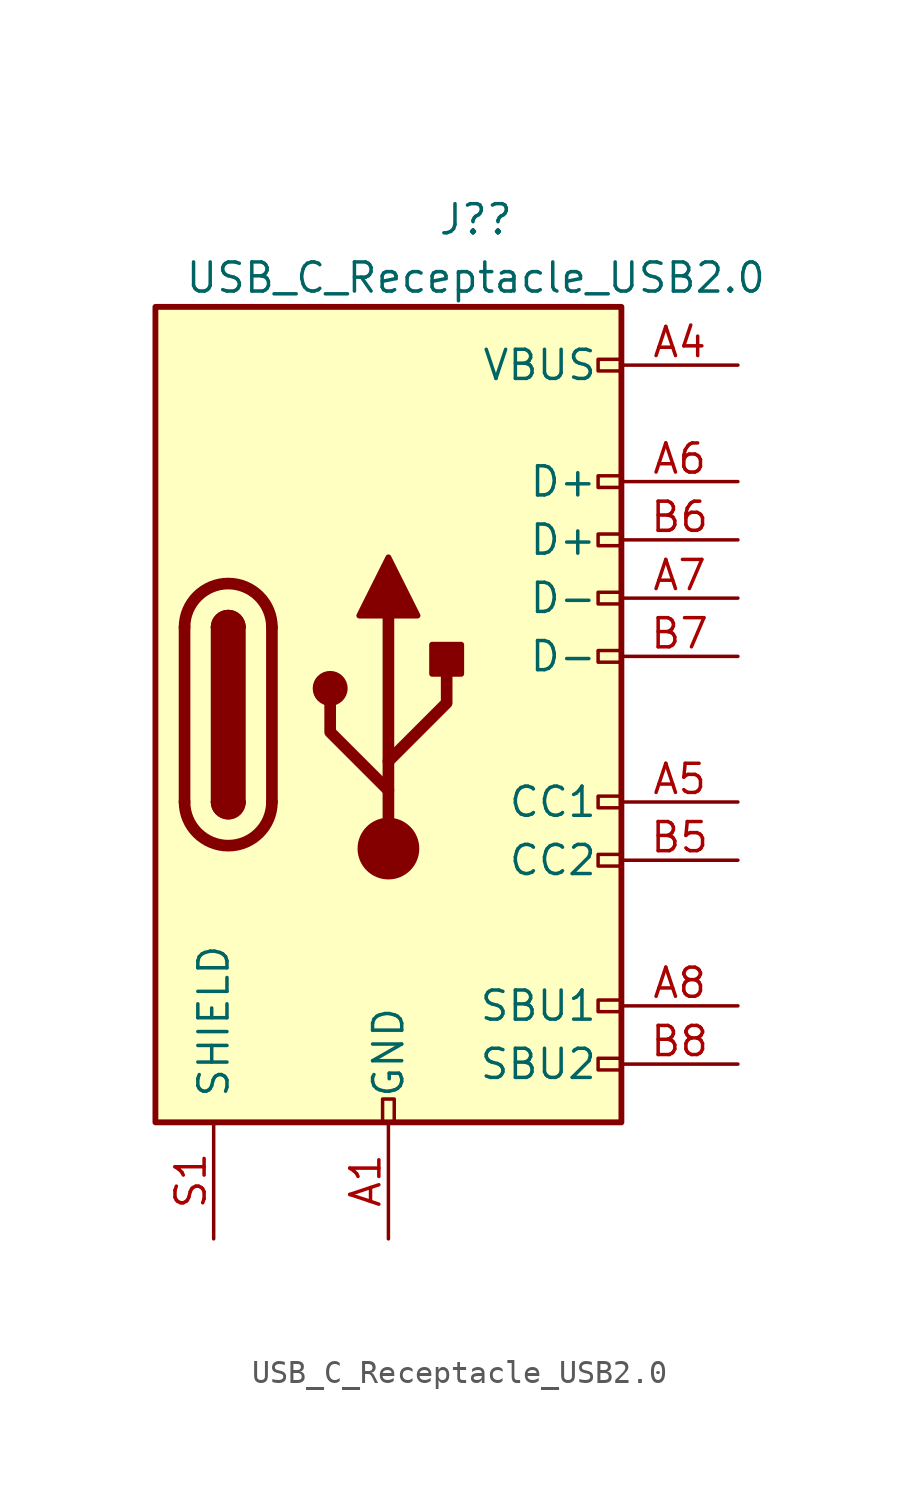
<source format=kicad_sym>
(kicad_symbol_lib
  (version 20201005)
  (generator kicad_symbol_editor)
  (symbol "usb_c_receptacle_usb2.0:USB_C_Receptacle_USB2.0"
    (pin_names
      (offset 1.016))
    (property "Reference" "J?"
      (at 3.81 21.59 0)
      (effects (font (size 1.27 1.27))))
    (property "Value" "USB_C_Receptacle_USB2.0"
      (at 3.81 19.05 0)
      (effects (font (size 1.27 1.27))))
    (symbol "USB_C_Receptacle_USB2.0_0_0"
      (rectangle (start -0.254 -17.78) (end 0.254 -16.764) (stroke (width 0)) (fill (type none)))
      (rectangle (start 10.16 -14.986) (end 9.144 -15.494) (stroke (width 0)) (fill (type none)))
      (rectangle (start 10.16 -12.446) (end 9.144 -12.954) (stroke (width 0)) (fill (type none)))
      (rectangle (start 10.16 2.794) (end 9.144 2.286) (stroke (width 0)) (fill (type none)))
      (rectangle (start 10.16 5.334) (end 9.144 4.826) (stroke (width 0)) (fill (type none)))
      (rectangle (start 10.16 7.874) (end 9.144 7.366) (stroke (width 0)) (fill (type none)))
      (rectangle (start 10.16 10.414) (end 9.144 9.906) (stroke (width 0)) (fill (type none)))
      (rectangle (start 10.16 -6.096) (end 9.144 -6.604) (stroke (width 0)) (fill (type none)))
      (rectangle (start 10.16 -3.556) (end 9.144 -4.064) (stroke (width 0)) (fill (type none)))
      (rectangle (start 10.16 15.494) (end 9.144 14.986) (stroke (width 0)) (fill (type none))))
    (symbol "USB_C_Receptacle_USB2.0_0_1"
      (arc (start -8.89 -3.81) (end -5.08 -3.81) (radius (at -6.985 -3.81) (length 1.905) (angles -179.9 -0.1)) (stroke (width 0.508)) (fill (type none)))
      (arc (start -7.62 -3.81) (end -6.35 -3.81) (radius (at -6.985 -3.81) (length 0.635) (angles -179.9 -0.1)) (stroke (width 0.254)) (fill (type none)))
      (arc (start -7.62 -3.81) (end -6.35 -3.81) (radius (at -6.985 -3.81) (length 0.635) (angles -179.9 -0.1)) (stroke (width 0.254)) (fill (type outline)))
      (arc (start -6.35 3.81) (end -7.62 3.81) (radius (at -6.985 3.81) (length 0.635) (angles 0.1 179.9)) (stroke (width 0.254)) (fill (type outline)))
      (arc (start -6.35 3.81) (end -7.62 3.81) (radius (at -6.985 3.81) (length 0.635) (angles 0.1 179.9)) (stroke (width 0.254)) (fill (type none)))
      (arc (start -5.08 3.81) (end -8.89 3.81) (radius (at -6.985 3.81) (length 1.905) (angles 0.1 179.9)) (stroke (width 0.508)) (fill (type none)))
      (circle (center -2.54 1.143) (radius 0.635) (stroke (width 0.254)) (fill (type outline)))
      (circle (center 0 -5.842) (radius 1.27) (stroke (width 0)) (fill (type outline)))
      (rectangle (start -10.16 17.78) (end 10.16 -17.78) (stroke (width 0.254)) (fill (type background)))
      (rectangle (start -7.62 -3.81) (end -6.35 3.81) (stroke (width 0.254)) (fill (type outline)))
      (rectangle (start 1.905 1.778) (end 3.175 3.048) (stroke (width 0.254)) (fill (type outline)))
      (polyline (pts (xy -8.89 -3.81) (xy -8.89 3.81)) (stroke (width 0.508)) (fill (type none)))
      (polyline (pts (xy -5.08 3.81) (xy -5.08 -3.81)) (stroke (width 0.508)) (fill (type none)))
      (polyline (pts (xy 0 -5.842) (xy 0 4.318)) (stroke (width 0.508)) (fill (type none)))
      (polyline (pts (xy 0 -3.302) (xy -2.54 -0.762) (xy -2.54 0.508)) (stroke (width 0.508)) (fill (type none)))
      (polyline (pts (xy 0 -2.032) (xy 2.54 0.508) (xy 2.54 1.778)) (stroke (width 0.508)) (fill (type none)))
      (polyline (pts (xy -1.27 4.318) (xy 0 6.858) (xy 1.27 4.318) (xy -1.27 4.318)) (stroke (width 0.254)) (fill (type outline))))
    (symbol "USB_C_Receptacle_USB2.0_1_1"
      (pin passive line (at 0 -22.86 90) (length 5.08) (name "GND" (effects (font (size 1.27 1.27)))) (number "A1" (effects (font (size 1.27 1.27)))))
      (pin passive line (at 0 -22.86 90) (length 5.08) hide (name "GND" (effects (font (size 1.27 1.27)))) (number "A12" (effects (font (size 1.27 1.27)))))
      (pin passive line (at 15.24 15.24 180) (length 5.08) (name "VBUS" (effects (font (size 1.27 1.27)))) (number "A4" (effects (font (size 1.27 1.27)))))
      (pin bidirectional line (at 15.24 -3.81 180) (length 5.08) (name "CC1" (effects (font (size 1.27 1.27)))) (number "A5" (effects (font (size 1.27 1.27)))))
      (pin bidirectional line (at 15.24 10.16 180) (length 5.08) (name "D+" (effects (font (size 1.27 1.27)))) (number "A6" (effects (font (size 1.27 1.27)))))
      (pin bidirectional line (at 15.24 5.08 180) (length 5.08) (name "D-" (effects (font (size 1.27 1.27)))) (number "A7" (effects (font (size 1.27 1.27)))))
      (pin bidirectional line (at 15.24 -12.7 180) (length 5.08) (name "SBU1" (effects (font (size 1.27 1.27)))) (number "A8" (effects (font (size 1.27 1.27)))))
      (pin passive line (at 15.24 15.24 180) (length 5.08) hide (name "VBUS" (effects (font (size 1.27 1.27)))) (number "A9" (effects (font (size 1.27 1.27)))))
      (pin passive line (at 0 -22.86 90) (length 5.08) hide (name "GND" (effects (font (size 1.27 1.27)))) (number "B1" (effects (font (size 1.27 1.27)))))
      (pin passive line (at 0 -22.86 90) (length 5.08) hide (name "GND" (effects (font (size 1.27 1.27)))) (number "B12" (effects (font (size 1.27 1.27)))))
      (pin passive line (at 15.24 15.24 180) (length 5.08) hide (name "VBUS" (effects (font (size 1.27 1.27)))) (number "B4" (effects (font (size 1.27 1.27)))))
      (pin bidirectional line (at 15.24 -6.35 180) (length 5.08) (name "CC2" (effects (font (size 1.27 1.27)))) (number "B5" (effects (font (size 1.27 1.27)))))
      (pin bidirectional line (at 15.24 7.62 180) (length 5.08) (name "D+" (effects (font (size 1.27 1.27)))) (number "B6" (effects (font (size 1.27 1.27)))))
      (pin bidirectional line (at 15.24 2.54 180) (length 5.08) (name "D-" (effects (font (size 1.27 1.27)))) (number "B7" (effects (font (size 1.27 1.27)))))
      (pin bidirectional line (at 15.24 -15.24 180) (length 5.08) (name "SBU2" (effects (font (size 1.27 1.27)))) (number "B8" (effects (font (size 1.27 1.27)))))
      (pin passive line (at 15.24 15.24 180) (length 5.08) hide (name "VBUS" (effects (font (size 1.27 1.27)))) (number "B9" (effects (font (size 1.27 1.27)))))
      (pin passive line (at -7.62 -22.86 90) (length 5.08) (name "SHIELD" (effects (font (size 1.27 1.27)))) (number "S1" (effects (font (size 1.27 1.27))))))))
</source>
